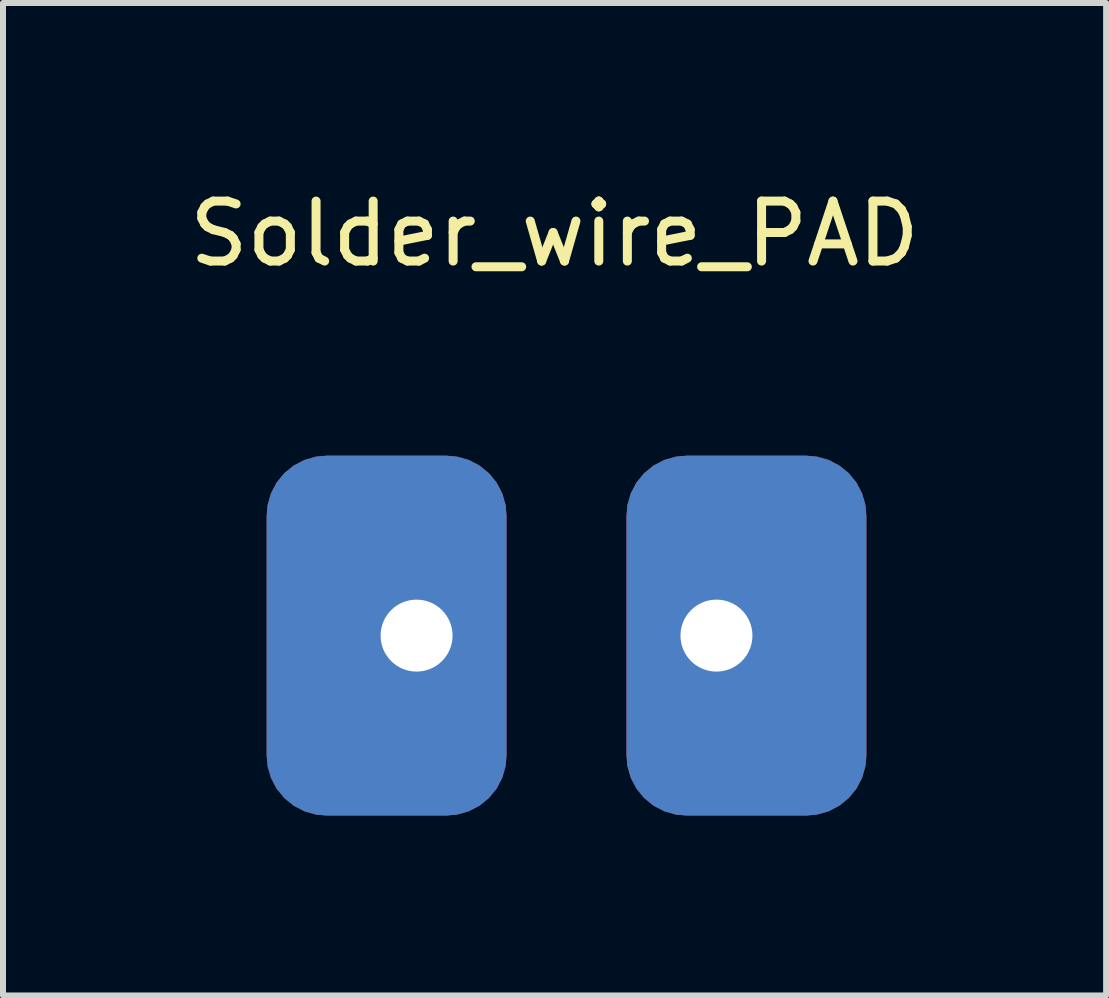
<source format=kicad_pcb>
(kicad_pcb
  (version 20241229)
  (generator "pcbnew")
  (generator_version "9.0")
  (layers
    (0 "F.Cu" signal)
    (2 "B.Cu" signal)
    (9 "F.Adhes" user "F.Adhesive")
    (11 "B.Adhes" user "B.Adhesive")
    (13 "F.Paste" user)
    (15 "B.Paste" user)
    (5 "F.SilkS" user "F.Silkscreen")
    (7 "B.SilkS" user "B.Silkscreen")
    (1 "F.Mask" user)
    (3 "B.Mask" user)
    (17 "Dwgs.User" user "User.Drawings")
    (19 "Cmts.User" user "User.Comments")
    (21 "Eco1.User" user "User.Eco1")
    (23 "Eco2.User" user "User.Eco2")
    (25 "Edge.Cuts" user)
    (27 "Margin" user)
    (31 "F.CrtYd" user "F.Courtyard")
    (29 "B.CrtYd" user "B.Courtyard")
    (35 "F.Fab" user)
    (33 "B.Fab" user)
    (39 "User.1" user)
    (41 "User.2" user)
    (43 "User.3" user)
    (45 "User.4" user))
  (footprint "Solder_wire_PAD"
    (layer "F.Cu")
    (at 6.396 7.548)
    (property "Reference" "Solder_wire_PAD" (at -0.2 -6.7 0) (unlocked yes) (layer "F.SilkS") (effects (font (size 1 1) (thickness 0.15))))
    (attr smd)
    (pad "1" thru_hole roundrect (at -2.5 0) (size 4 6) (drill 1.2 (offset -0.5 0)) (layers "*.Cu" "*.Mask") (roundrect_rratio 0.25))
    (pad "2" thru_hole roundrect (at 2.5 0 180) (size 4 6) (drill 1.2 (offset -0.5 0)) (layers "*.Cu" "*.Mask") (roundrect_rratio 0.25)))
  (gr_rect
    (start -3 -3)
    (end 15.393 13.548)
    (stroke (width 0.1) (type default))
    (fill no)
    (layer "Edge.Cuts")))
</source>
